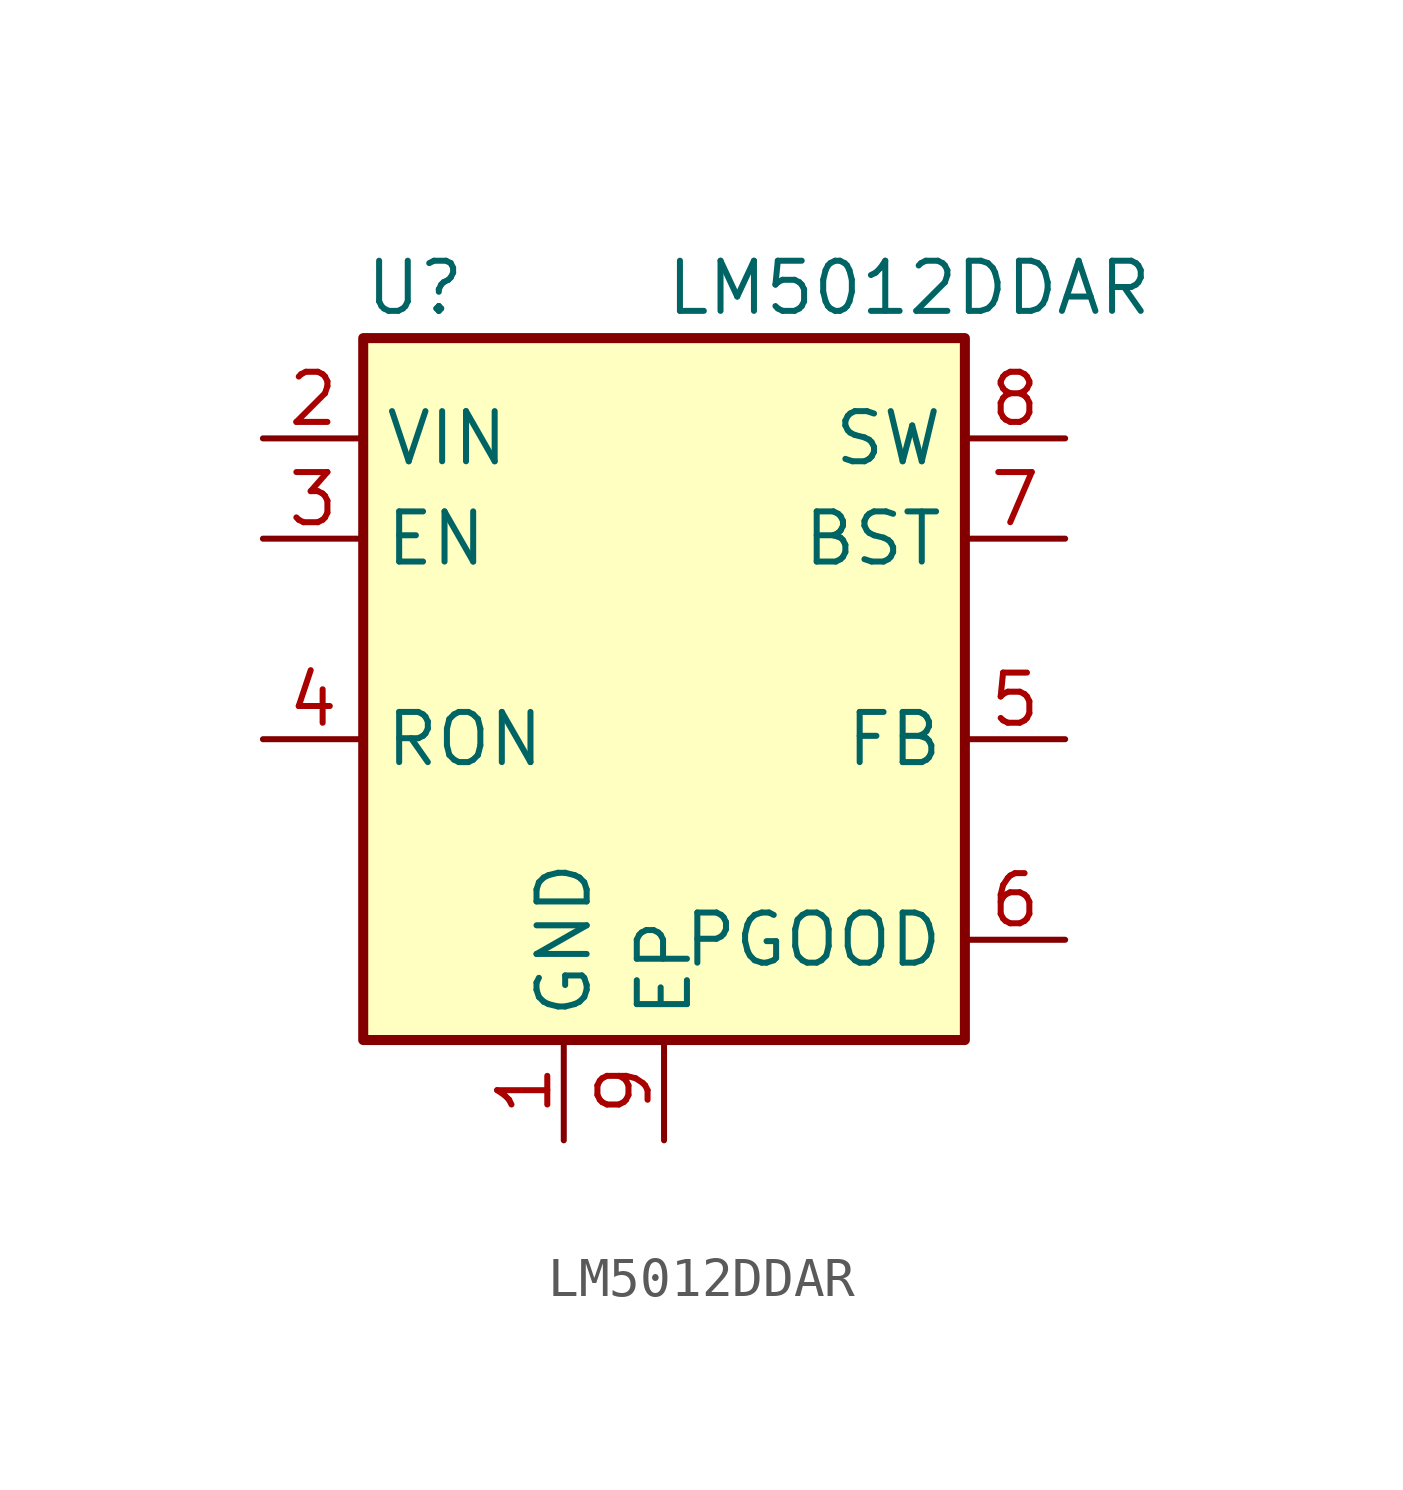
<source format=kicad_sym>
(kicad_symbol_lib
  (version 20220914)
  (generator kicad_symbol_editor)
  (symbol "LM5012DDAR"
    (property "Reference" "U"
      (at -7.62 8.89 0)
      (effects (font (size 1.27 1.27)) (justify left)))
    (property "Value" "LM5012DDAR"
      (at 0 8.89 0)
      (effects (font (size 1.27 1.27)) (justify left)))
    (symbol "LM5012DDAR_0_1"
      (rectangle (start -7.62 7.62) (end 7.62 -10.16) (stroke (width 0.254) (type default)) (fill (type background))))
    (symbol "LM5012DDAR_1_1"
      (pin power_in line (at -2.54 -12.7 90) (length 2.54) (name "GND" (effects (font (size 1.27 1.27)))) (number "1" (effects (font (size 1.27 1.27)))))
      (pin power_in line (at -10.16 5.08 0) (length 2.54) (name "VIN" (effects (font (size 1.27 1.27)))) (number "2" (effects (font (size 1.27 1.27)))))
      (pin input line (at -10.16 2.54 0) (length 2.54) (name "EN" (effects (font (size 1.27 1.27)))) (number "3" (effects (font (size 1.27 1.27)))))
      (pin input line (at -10.16 -2.54 0) (length 2.54) (name "RON" (effects (font (size 1.27 1.27)))) (number "4" (effects (font (size 1.27 1.27)))))
      (pin input line (at 10.16 -2.54 180) (length 2.54) (name "FB" (effects (font (size 1.27 1.27)))) (number "5" (effects (font (size 1.27 1.27)))))
      (pin output line (at 10.16 -7.62 180) (length 2.54) (name "PGOOD" (effects (font (size 1.27 1.27)))) (number "6" (effects (font (size 1.27 1.27)))))
      (pin input line (at 10.16 2.54 180) (length 2.54) (name "BST" (effects (font (size 1.27 1.27)))) (number "7" (effects (font (size 1.27 1.27)))))
      (pin output line (at 10.16 5.08 180) (length 2.54) (name "SW" (effects (font (size 1.27 1.27)))) (number "8" (effects (font (size 1.27 1.27)))))
      (pin power_in line (at 0 -12.7 90) (length 2.54) (name "EP" (effects (font (size 1.27 1.27)))) (number "9" (effects (font (size 1.27 1.27))))))))
</source>
